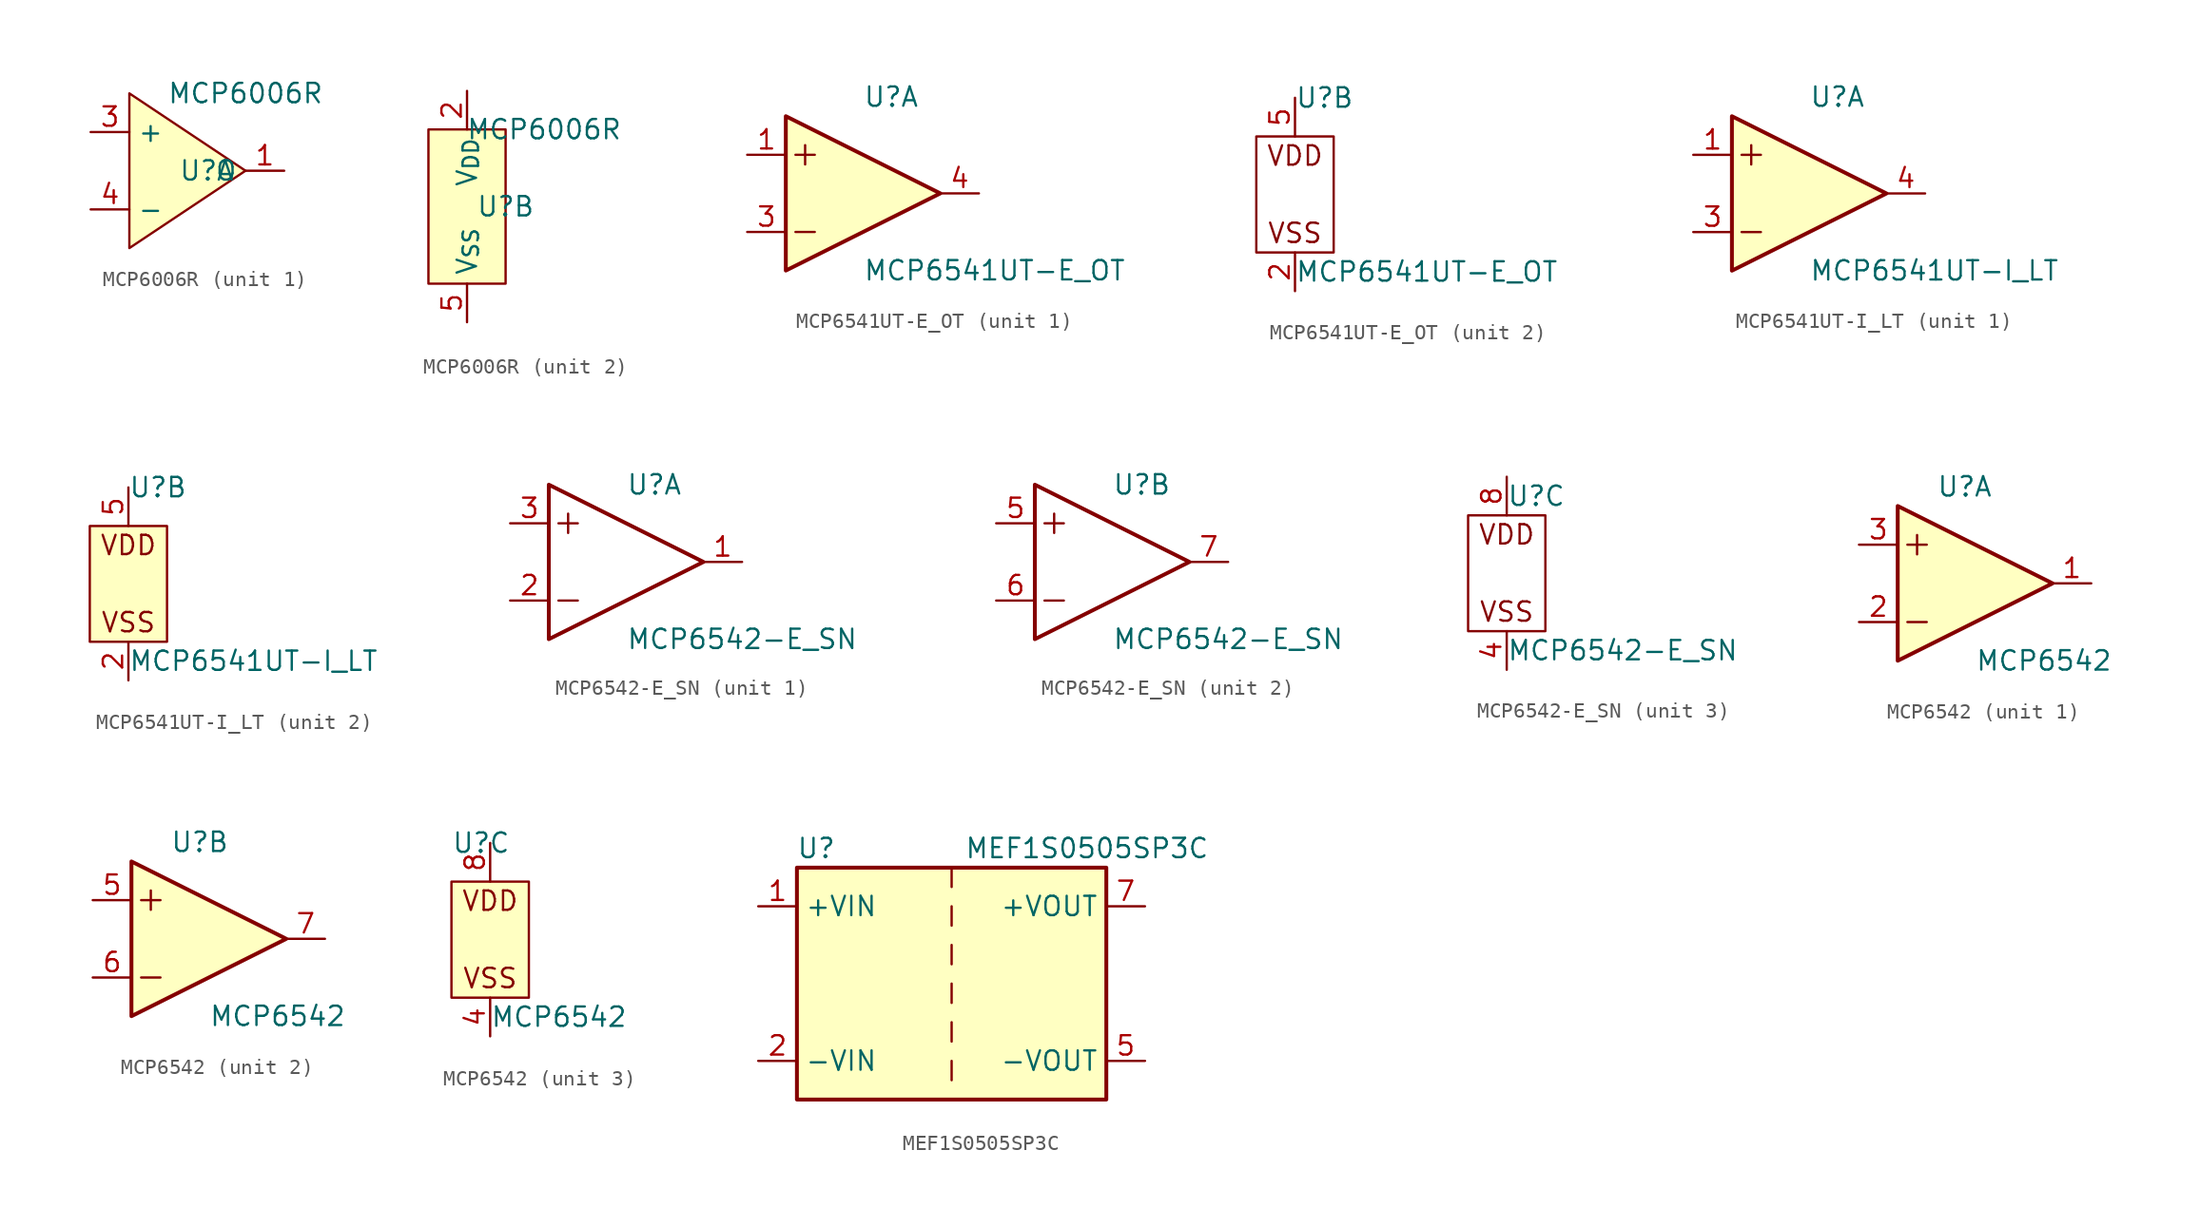
<source format=kicad_sym>
(kicad_symbol_lib
  (version 20231120)
  (generator "kicad_symbol_editor")
  (generator_version "8.0")
  (symbol "MCP6006R"
    (property "Reference" "U"
      (at 2.54 0 0)
      (effects (font (size 1.27 1.27))))
    (property "Value" "MCP6006R"
      (at 5.08 5.08 0)
      (effects (font (size 1.27 1.27))))
    (property "ki_locked" ""
      (at 0 0 0)
      (effects (font (size 1.27 1.27))))
    (symbol "MCP6006R_1_1"
      (polyline (pts (xy -2.54 5.08) (xy -2.54 -5.08) (xy 5.08 0) (xy -2.54 5.08)) (stroke (width 0) (type default)) (fill (type background)))
      (pin input line (at 7.62 0 180) (length 2.54) (name "O" (effects (font (size 1.27 1.27)))) (number "1" (effects (font (size 1.27 1.27)))))
      (pin input line (at -5.08 2.54 0) (length 2.54) (name "+" (effects (font (size 1.27 1.27)))) (number "3" (effects (font (size 1.27 1.27)))))
      (pin input line (at -5.08 -2.54 0) (length 2.54) (name "-" (effects (font (size 1.27 1.27)))) (number "4" (effects (font (size 1.27 1.27))))))
    (symbol "MCP6006R_2_1"
      (rectangle (start -2.54 5.08) (end 2.54 -5.08) (stroke (width 0) (type default)) (fill (type background)))
      (pin input line (at 0 7.62 270) (length 2.54) (name "V_{DD}" (effects (font (size 1.27 1.27)))) (number "2" (effects (font (size 1.27 1.27)))))
      (pin input line (at 0 -7.62 90) (length 2.54) (name "V_{SS}" (effects (font (size 1.27 1.27)))) (number "5" (effects (font (size 1.27 1.27)))))))
  (symbol "MCP6541UT-E_OT"
    (pin_names
      (offset 0.127) hide)
    (property "Reference" "U"
      (at 0 6.35 0)
      (effects (font (size 1.27 1.27)) (justify left)))
    (property "Value" "MCP6541UT-E_OT"
      (at 0 -5.08 0)
      (effects (font (size 1.27 1.27)) (justify left)))
    (symbol "MCP6541UT-E_OT_1_1"
      (polyline (pts (xy -4.445 -2.54) (xy -3.175 -2.54)) (stroke (width 0) (type default)) (fill (type none)))
      (polyline (pts (xy -4.445 2.54) (xy -3.175 2.54)) (stroke (width 0) (type default)) (fill (type none)))
      (polyline (pts (xy -3.81 3.175) (xy -3.81 1.905)) (stroke (width 0) (type default)) (fill (type none)))
      (polyline (pts (xy -5.08 5.08) (xy 5.08 0) (xy -5.08 -5.08) (xy -5.08 5.08)) (stroke (width 0.254) (type default)) (fill (type background)))
      (pin input line (at -7.62 2.54 0) (length 2.54) (name "+" (effects (font (size 1.27 1.27)))) (number "1" (effects (font (size 1.27 1.27)))))
      (pin input line (at -7.62 -2.54 0) (length 2.54) (name "-" (effects (font (size 1.27 1.27)))) (number "3" (effects (font (size 1.27 1.27)))))
      (pin output line (at 7.62 0 180) (length 2.54) (name "~" (effects (font (size 1.27 1.27)))) (number "4" (effects (font (size 1.27 1.27))))))
    (symbol "MCP6541UT-E_OT_2_0"
      (text "VDD" (at 0 2.54 0) (effects (font (size 1.27 1.27))))
      (pin power_in line (at 0 -6.35 90) (length 2.54) (name "VSS" (effects (font (size 1.27 1.27)))) (number "2" (effects (font (size 1.27 1.27)))))
      (pin power_in line (at 0 6.35 270) (length 2.54) (name "VDD" (effects (font (size 1.27 1.27)))) (number "5" (effects (font (size 1.27 1.27))))))
    (symbol "MCP6541UT-E_OT_2_1"
      (rectangle (start -2.54 3.81) (end 2.54 -3.81) (stroke (width 0) (type default)) (fill (type none)))
      (text "VSS" (at 0 -2.54 0) (effects (font (size 1.27 1.27))))))
  (symbol "MCP6541UT-I_LT"
    (pin_names
      (offset 0.127) hide)
    (property "Reference" "U"
      (at 0 6.35 0)
      (effects (font (size 1.27 1.27)) (justify left)))
    (property "Value" "MCP6541UT-I_LT"
      (at 0 -5.08 0)
      (effects (font (size 1.27 1.27)) (justify left)))
    (symbol "MCP6541UT-I_LT_1_1"
      (polyline (pts (xy -4.445 -2.54) (xy -3.175 -2.54)) (stroke (width 0) (type default)) (fill (type none)))
      (polyline (pts (xy -4.445 2.54) (xy -3.175 2.54)) (stroke (width 0) (type default)) (fill (type none)))
      (polyline (pts (xy -3.81 3.175) (xy -3.81 1.905)) (stroke (width 0) (type default)) (fill (type none)))
      (polyline (pts (xy -5.08 5.08) (xy 5.08 0) (xy -5.08 -5.08) (xy -5.08 5.08)) (stroke (width 0.254) (type default)) (fill (type background)))
      (pin input line (at -7.62 2.54 0) (length 2.54) (name "+" (effects (font (size 1.27 1.27)))) (number "1" (effects (font (size 1.27 1.27)))))
      (pin input line (at -7.62 -2.54 0) (length 2.54) (name "-" (effects (font (size 1.27 1.27)))) (number "3" (effects (font (size 1.27 1.27)))))
      (pin output line (at 7.62 0 180) (length 2.54) (name "~" (effects (font (size 1.27 1.27)))) (number "4" (effects (font (size 1.27 1.27))))))
    (symbol "MCP6541UT-I_LT_2_0"
      (text "VDD" (at 0 2.54 0) (effects (font (size 1.27 1.27))))
      (pin power_in line (at 0 -6.35 90) (length 2.54) (name "VSS" (effects (font (size 1.27 1.27)))) (number "2" (effects (font (size 1.27 1.27)))))
      (pin power_in line (at 0 6.35 270) (length 2.54) (name "VDD" (effects (font (size 1.27 1.27)))) (number "5" (effects (font (size 1.27 1.27))))))
    (symbol "MCP6541UT-I_LT_2_1"
      (rectangle (start -2.54 3.81) (end 2.54 -3.81) (stroke (width 0) (type default)) (fill (type background)))
      (text "VSS" (at 0 -2.54 0) (effects (font (size 1.27 1.27))))))
  (symbol "MCP6542-E_SN"
    (pin_names
      (offset 0.127) hide)
    (property "Reference" "U"
      (at 0 5.08 0)
      (effects (font (size 1.27 1.27)) (justify left)))
    (property "Value" "MCP6542-E_SN"
      (at 0 -5.08 0)
      (effects (font (size 1.27 1.27)) (justify left)))
    (symbol "MCP6542-E_SN_1_1"
      (polyline (pts (xy -4.445 -2.54) (xy -3.175 -2.54)) (stroke (width 0) (type default)) (fill (type none)))
      (polyline (pts (xy -4.445 2.54) (xy -3.175 2.54)) (stroke (width 0) (type default)) (fill (type none)))
      (polyline (pts (xy -3.81 3.175) (xy -3.81 1.905)) (stroke (width 0) (type default)) (fill (type none)))
      (polyline (pts (xy -5.08 5.08) (xy 5.08 0) (xy -5.08 -5.08) (xy -5.08 5.08)) (stroke (width 0.254) (type default)) (fill (type none)))
      (pin power_in line (at 7.62 0 180) (length 2.54) (name "OUTA" (effects (font (size 1.27 1.27)))) (number "1" (effects (font (size 1.27 1.27)))))
      (pin power_in line (at -7.62 -2.54 0) (length 2.54) (name "VINA-" (effects (font (size 1.27 1.27)))) (number "2" (effects (font (size 1.27 1.27)))))
      (pin power_in line (at -7.62 2.54 0) (length 2.54) (name "VINA+" (effects (font (size 1.27 1.27)))) (number "3" (effects (font (size 1.27 1.27))))))
    (symbol "MCP6542-E_SN_2_1"
      (polyline (pts (xy -4.445 -2.54) (xy -3.175 -2.54)) (stroke (width 0) (type default)) (fill (type none)))
      (polyline (pts (xy -4.445 2.54) (xy -3.175 2.54)) (stroke (width 0) (type default)) (fill (type none)))
      (polyline (pts (xy -3.81 3.175) (xy -3.81 1.905)) (stroke (width 0) (type default)) (fill (type none)))
      (polyline (pts (xy -5.08 5.08) (xy 5.08 0) (xy -5.08 -5.08) (xy -5.08 5.08)) (stroke (width 0.254) (type default)) (fill (type none)))
      (pin power_in line (at -7.62 2.54 0) (length 2.54) (name "VINB+" (effects (font (size 1.27 1.27)))) (number "5" (effects (font (size 1.27 1.27)))))
      (pin power_in line (at -7.62 -2.54 0) (length 2.54) (name "VINB-" (effects (font (size 1.27 1.27)))) (number "6" (effects (font (size 1.27 1.27)))))
      (pin power_in line (at 7.62 0 180) (length 2.54) (name "OUTB" (effects (font (size 1.27 1.27)))) (number "7" (effects (font (size 1.27 1.27))))))
    (symbol "MCP6542-E_SN_3_1"
      (rectangle (start -2.54 3.81) (end 2.54 -3.81) (stroke (width 0) (type default)) (fill (type none)))
      (text "VDD" (at 0 2.54 0) (effects (font (size 1.27 1.27))))
      (text "VSS" (at 0 -2.54 0) (effects (font (size 1.27 1.27))))
      (pin power_in line (at 0 -6.35 90) (length 2.54) (name "VSS" (effects (font (size 1.27 1.27)))) (number "4" (effects (font (size 1.27 1.27)))))
      (pin power_in line (at 0 6.35 270) (length 2.54) (name "VDD" (effects (font (size 1.27 1.27)))) (number "8" (effects (font (size 1.27 1.27)))))))
  (symbol "MCP6542"
    (pin_names
      (offset 0.127) hide)
    (property "Reference" "U"
      (at -2.54 6.35 0)
      (effects (font (size 1.27 1.27)) (justify left)))
    (property "Value" "MCP6542"
      (at 0 -5.08 0)
      (effects (font (size 1.27 1.27)) (justify left)))
    (symbol "MCP6542_1_1"
      (polyline (pts (xy -4.445 -2.54) (xy -3.175 -2.54)) (stroke (width 0) (type default)) (fill (type none)))
      (polyline (pts (xy -4.445 2.54) (xy -3.175 2.54)) (stroke (width 0) (type default)) (fill (type none)))
      (polyline (pts (xy -3.81 3.175) (xy -3.81 1.905)) (stroke (width 0) (type default)) (fill (type none)))
      (polyline (pts (xy -5.08 5.08) (xy 5.08 0) (xy -5.08 -5.08) (xy -5.08 5.08)) (stroke (width 0.254) (type default)) (fill (type background)))
      (pin power_in line (at 7.62 0 180) (length 2.54) (name "OUTA" (effects (font (size 1.27 1.27)))) (number "1" (effects (font (size 1.27 1.27)))))
      (pin power_in line (at -7.62 -2.54 0) (length 2.54) (name "VINA-" (effects (font (size 1.27 1.27)))) (number "2" (effects (font (size 1.27 1.27)))))
      (pin power_in line (at -7.62 2.54 0) (length 2.54) (name "VINA+" (effects (font (size 1.27 1.27)))) (number "3" (effects (font (size 1.27 1.27))))))
    (symbol "MCP6542_2_1"
      (polyline (pts (xy -4.445 -2.54) (xy -3.175 -2.54)) (stroke (width 0) (type default)) (fill (type none)))
      (polyline (pts (xy -4.445 2.54) (xy -3.175 2.54)) (stroke (width 0) (type default)) (fill (type none)))
      (polyline (pts (xy -3.81 3.175) (xy -3.81 1.905)) (stroke (width 0) (type default)) (fill (type none)))
      (polyline (pts (xy -5.08 5.08) (xy 5.08 0) (xy -5.08 -5.08) (xy -5.08 5.08)) (stroke (width 0.254) (type default)) (fill (type background)))
      (pin power_in line (at -7.62 2.54 0) (length 2.54) (name "VINB+" (effects (font (size 1.27 1.27)))) (number "5" (effects (font (size 1.27 1.27)))))
      (pin power_in line (at -7.62 -2.54 0) (length 2.54) (name "VINB-" (effects (font (size 1.27 1.27)))) (number "6" (effects (font (size 1.27 1.27)))))
      (pin power_in line (at 7.62 0 180) (length 2.54) (name "OUTB" (effects (font (size 1.27 1.27)))) (number "7" (effects (font (size 1.27 1.27))))))
    (symbol "MCP6542_3_1"
      (rectangle (start -2.54 3.81) (end 2.54 -3.81) (stroke (width 0) (type default)) (fill (type background)))
      (text "VDD" (at 0 2.54 0) (effects (font (size 1.27 1.27))))
      (text "VSS" (at 0 -2.54 0) (effects (font (size 1.27 1.27))))
      (pin power_in line (at 0 -6.35 90) (length 2.54) (name "VSS" (effects (font (size 1.27 1.27)))) (number "4" (effects (font (size 1.27 1.27)))))
      (pin power_in line (at 0 6.35 270) (length 2.54) (name "VDD" (effects (font (size 1.27 1.27)))) (number "8" (effects (font (size 1.27 1.27)))))))
  (symbol "MEF1S0505SP3C"
    (property "Reference" "U"
      (at -8.89 8.89 0)
      (effects (font (size 1.27 1.27))))
    (property "Value" "MEF1S0505SP3C"
      (at 8.89 8.89 0)
      (effects (font (size 1.27 1.27))))
    (symbol "MEF1S0505SP3C_0_1"
      (rectangle (start -10.16 7.62) (end 10.16 -7.62) (stroke (width 0.254) (type default)) (fill (type background)))
      (polyline (pts (xy 0 -5.08) (xy 0 -6.35)) (stroke (width 0) (type default)) (fill (type none)))
      (polyline (pts (xy 0 -2.54) (xy 0 -3.81)) (stroke (width 0) (type default)) (fill (type none)))
      (polyline (pts (xy 0 0) (xy 0 -1.27)) (stroke (width 0) (type default)) (fill (type none)))
      (polyline (pts (xy 0 2.54) (xy 0 1.27)) (stroke (width 0) (type default)) (fill (type none)))
      (polyline (pts (xy 0 5.08) (xy 0 3.81)) (stroke (width 0) (type default)) (fill (type none)))
      (polyline (pts (xy 0 7.62) (xy 0 6.35)) (stroke (width 0) (type default)) (fill (type none))))
    (symbol "MEF1S0505SP3C_1_1"
      (pin power_in line (at -12.7 5.08 0) (length 2.54) (name "+VIN" (effects (font (size 1.27 1.27)))) (number "1" (effects (font (size 1.27 1.27)))))
      (pin power_in line (at -12.7 -5.08 0) (length 2.54) (name "-VIN" (effects (font (size 1.27 1.27)))) (number "2" (effects (font (size 1.27 1.27)))))
      (pin power_out line (at 12.7 -5.08 180) (length 2.54) (name "-VOUT" (effects (font (size 1.27 1.27)))) (number "5" (effects (font (size 1.27 1.27)))))
      (pin power_out line (at 12.7 5.08 180) (length 2.54) (name "+VOUT" (effects (font (size 1.27 1.27)))) (number "7" (effects (font (size 1.27 1.27))))))))
</source>
